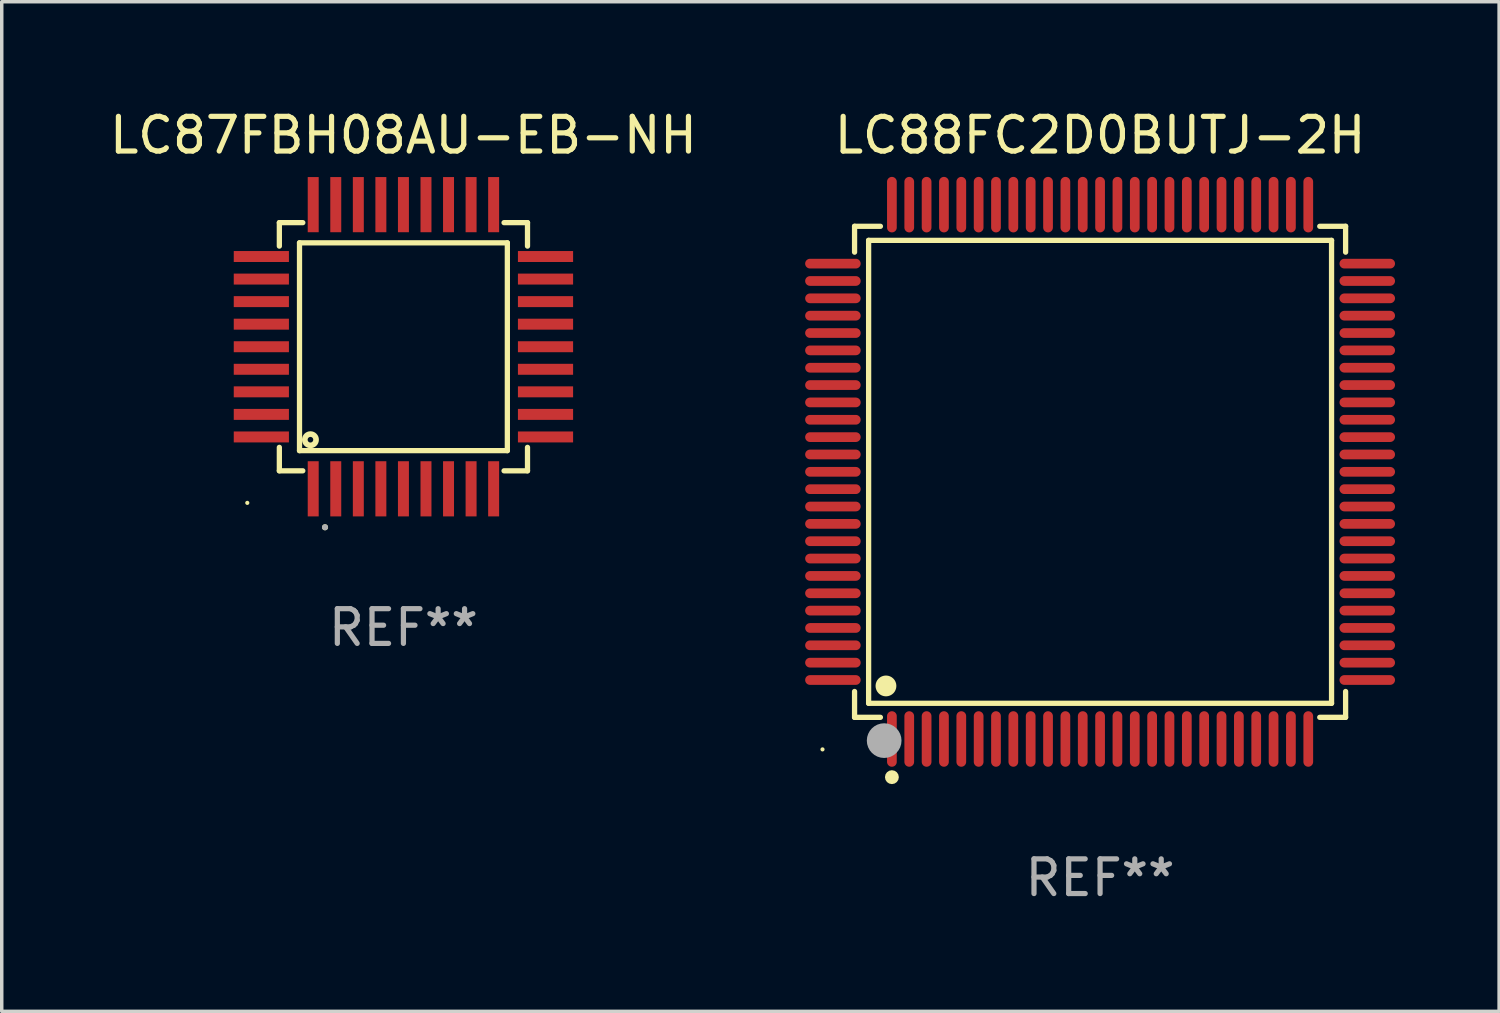
<source format=kicad_pcb>
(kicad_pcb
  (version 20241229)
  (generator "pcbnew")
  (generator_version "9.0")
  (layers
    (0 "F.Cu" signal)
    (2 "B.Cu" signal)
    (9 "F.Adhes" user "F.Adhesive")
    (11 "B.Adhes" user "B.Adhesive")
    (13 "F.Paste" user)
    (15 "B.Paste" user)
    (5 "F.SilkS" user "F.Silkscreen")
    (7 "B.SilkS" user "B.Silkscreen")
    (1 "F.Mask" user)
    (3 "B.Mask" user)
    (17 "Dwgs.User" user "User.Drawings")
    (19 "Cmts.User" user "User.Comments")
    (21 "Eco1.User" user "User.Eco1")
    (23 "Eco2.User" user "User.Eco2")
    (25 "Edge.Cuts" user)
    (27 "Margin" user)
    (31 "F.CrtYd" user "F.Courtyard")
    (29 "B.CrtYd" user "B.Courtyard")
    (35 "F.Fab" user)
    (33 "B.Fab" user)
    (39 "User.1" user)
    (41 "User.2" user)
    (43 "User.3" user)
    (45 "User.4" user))
  (footprint "LC87FBH08AU-EB-NH"
    (layer "F.Cu")
    (at 8.577 6.943)
    (property "Reference" "LC87FBH08AU-EB-NH" (at 0 -6.095 0) (layer "F.SilkS") (effects (font (size 1 1) (thickness 0.15))))
    (attr through_hole)
    (fp_line (start -3.576 -3.576) (end -3.576 -2.9) (stroke (width 0.152) (type solid)) (layer "F.SilkS"))
    (fp_line (start -3.576 3.576) (end -3.576 2.9) (stroke (width 0.152) (type solid)) (layer "F.SilkS"))
    (fp_line (start -2.995 -2.995) (end 2.995 -2.995) (stroke (width 0.152) (type solid)) (layer "F.SilkS"))
    (fp_line (start -2.995 2.995) (end -2.995 -2.995) (stroke (width 0.152) (type solid)) (layer "F.SilkS"))
    (fp_line (start -2.9 -3.576) (end -3.576 -3.576) (stroke (width 0.152) (type solid)) (layer "F.SilkS"))
    (fp_line (start -2.9 3.576) (end -3.576 3.576) (stroke (width 0.152) (type solid)) (layer "F.SilkS"))
    (fp_line (start 2.9 -3.576) (end 3.576 -3.576) (stroke (width 0.152) (type solid)) (layer "F.SilkS"))
    (fp_line (start 2.9 3.576) (end 3.576 3.576) (stroke (width 0.152) (type solid)) (layer "F.SilkS"))
    (fp_line (start 2.995 -2.995) (end 2.995 2.995) (stroke (width 0.152) (type solid)) (layer "F.SilkS"))
    (fp_line (start 2.995 2.995) (end -2.995 2.995) (stroke (width 0.152) (type solid)) (layer "F.SilkS"))
    (fp_line (start 3.576 -3.576) (end 3.576 -2.9) (stroke (width 0.152) (type solid)) (layer "F.SilkS"))
    (fp_line (start 3.576 3.576) (end 3.576 2.9) (stroke (width 0.152) (type solid)) (layer "F.SilkS"))
    (fp_circle (center -4.5 4.5) (end -4.47 4.5) (stroke (width 0.06) (type solid)) (fill no) (layer "F.SilkS"))
    (fp_circle (center -2.68 2.68) (end -2.599 2.68) (stroke (width 0.163) (type solid)) (fill no) (layer "F.SilkS"))
    (fp_circle (center -2.26 5.203) (end -2.216 5.203) (stroke (width 0.088) (type solid)) (fill no) (layer "F.SilkS"))
    (fp_circle (center -2.26 5.203) (end -2.216 5.203) (stroke (width 0.088) (type solid)) (fill no) (layer "F.Fab"))
    (fp_text user "REF**" (at 0 8.095 0) (layer "F.Fab") (effects (font (size 1 1) (thickness 0.15))))
    (pad "1" smd rect (at -2.6 4.095) (size 0.316 1.59) (layers "F.Cu" "F.Mask" "F.Paste"))
    (pad "2" smd rect (at -1.95 4.095) (size 0.316 1.59) (layers "F.Cu" "F.Mask" "F.Paste"))
    (pad "3" smd rect (at -1.3 4.095) (size 0.316 1.59) (layers "F.Cu" "F.Mask" "F.Paste"))
    (pad "4" smd rect (at -0.65 4.095) (size 0.316 1.59) (layers "F.Cu" "F.Mask" "F.Paste"))
    (pad "5" smd rect (at 0 4.095) (size 0.316 1.59) (layers "F.Cu" "F.Mask" "F.Paste"))
    (pad "6" smd rect (at 0.65 4.095) (size 0.316 1.59) (layers "F.Cu" "F.Mask" "F.Paste"))
    (pad "7" smd rect (at 1.3 4.095) (size 0.316 1.59) (layers "F.Cu" "F.Mask" "F.Paste"))
    (pad "8" smd rect (at 1.95 4.095) (size 0.316 1.59) (layers "F.Cu" "F.Mask" "F.Paste"))
    (pad "9" smd rect (at 2.6 4.095) (size 0.316 1.59) (layers "F.Cu" "F.Mask" "F.Paste"))
    (pad "10" smd rect (at 4.095 2.6) (size 1.59 0.316) (layers "F.Cu" "F.Mask" "F.Paste"))
    (pad "11" smd rect (at 4.095 1.95) (size 1.59 0.316) (layers "F.Cu" "F.Mask" "F.Paste"))
    (pad "12" smd rect (at 4.095 1.3) (size 1.59 0.316) (layers "F.Cu" "F.Mask" "F.Paste"))
    (pad "13" smd rect (at 4.095 0.65) (size 1.59 0.316) (layers "F.Cu" "F.Mask" "F.Paste"))
    (pad "14" smd rect (at 4.095 0) (size 1.59 0.316) (layers "F.Cu" "F.Mask" "F.Paste"))
    (pad "15" smd rect (at 4.095 -0.65) (size 1.59 0.316) (layers "F.Cu" "F.Mask" "F.Paste"))
    (pad "16" smd rect (at 4.095 -1.3) (size 1.59 0.316) (layers "F.Cu" "F.Mask" "F.Paste"))
    (pad "17" smd rect (at 4.095 -1.95) (size 1.59 0.316) (layers "F.Cu" "F.Mask" "F.Paste"))
    (pad "18" smd rect (at 4.095 -2.6) (size 1.59 0.316) (layers "F.Cu" "F.Mask" "F.Paste"))
    (pad "19" smd rect (at 2.6 -4.095) (size 0.316 1.59) (layers "F.Cu" "F.Mask" "F.Paste"))
    (pad "20" smd rect (at 1.95 -4.095) (size 0.316 1.59) (layers "F.Cu" "F.Mask" "F.Paste"))
    (pad "21" smd rect (at 1.3 -4.095) (size 0.316 1.59) (layers "F.Cu" "F.Mask" "F.Paste"))
    (pad "22" smd rect (at 0.65 -4.095) (size 0.316 1.59) (layers "F.Cu" "F.Mask" "F.Paste"))
    (pad "23" smd rect (at 0 -4.095) (size 0.316 1.59) (layers "F.Cu" "F.Mask" "F.Paste"))
    (pad "24" smd rect (at -0.65 -4.095) (size 0.316 1.59) (layers "F.Cu" "F.Mask" "F.Paste"))
    (pad "25" smd rect (at -1.3 -4.095) (size 0.316 1.59) (layers "F.Cu" "F.Mask" "F.Paste"))
    (pad "26" smd rect (at -1.95 -4.095) (size 0.316 1.59) (layers "F.Cu" "F.Mask" "F.Paste"))
    (pad "27" smd rect (at -2.6 -4.095) (size 0.316 1.59) (layers "F.Cu" "F.Mask" "F.Paste"))
    (pad "28" smd rect (at -4.095 -2.6) (size 1.59 0.316) (layers "F.Cu" "F.Mask" "F.Paste"))
    (pad "29" smd rect (at -4.095 -1.95) (size 1.59 0.316) (layers "F.Cu" "F.Mask" "F.Paste"))
    (pad "30" smd rect (at -4.095 -1.3) (size 1.59 0.316) (layers "F.Cu" "F.Mask" "F.Paste"))
    (pad "31" smd rect (at -4.095 -0.65) (size 1.59 0.316) (layers "F.Cu" "F.Mask" "F.Paste"))
    (pad "32" smd rect (at -4.095 0) (size 1.59 0.316) (layers "F.Cu" "F.Mask" "F.Paste"))
    (pad "33" smd rect (at -4.095 0.65) (size 1.59 0.316) (layers "F.Cu" "F.Mask" "F.Paste"))
    (pad "34" smd rect (at -4.095 1.3) (size 1.59 0.316) (layers "F.Cu" "F.Mask" "F.Paste"))
    (pad "35" smd rect (at -4.095 1.95) (size 1.59 0.316) (layers "F.Cu" "F.Mask" "F.Paste"))
    (pad "36" smd rect (at -4.095 2.6) (size 1.59 0.316) (layers "F.Cu" "F.Mask" "F.Paste")))
  (footprint "LC88FC2D0BUTJ-2H"
    (layer "F.Cu")
    (at 28.655 10.548)
    (property "Reference" "LC88FC2D0BUTJ-2H" (at 0 -9.7 0) (layer "F.SilkS") (effects (font (size 1 1) (thickness 0.15))))
    (attr through_hole)
    (fp_line (start -7.076 -7.076) (end -6.331 -7.076) (stroke (width 0.152) (type solid)) (layer "F.SilkS"))
    (fp_line (start -7.076 -6.331) (end -7.076 -7.076) (stroke (width 0.152) (type solid)) (layer "F.SilkS"))
    (fp_line (start -7.076 6.331) (end -7.076 7.076) (stroke (width 0.152) (type solid)) (layer "F.SilkS"))
    (fp_line (start -7.076 7.076) (end -6.331 7.076) (stroke (width 0.152) (type solid)) (layer "F.SilkS"))
    (fp_line (start -6.671 -6.671) (end 6.671 -6.671) (stroke (width 0.152) (type solid)) (layer "F.SilkS"))
    (fp_line (start -6.671 6.671) (end -6.671 -6.671) (stroke (width 0.152) (type solid)) (layer "F.SilkS"))
    (fp_line (start 6.671 -6.671) (end 6.671 6.671) (stroke (width 0.152) (type solid)) (layer "F.SilkS"))
    (fp_line (start 6.671 6.671) (end -6.671 6.671) (stroke (width 0.152) (type solid)) (layer "F.SilkS"))
    (fp_line (start 7.076 -7.076) (end 6.331 -7.076) (stroke (width 0.152) (type solid)) (layer "F.SilkS"))
    (fp_line (start 7.076 -6.331) (end 7.076 -7.076) (stroke (width 0.152) (type solid)) (layer "F.SilkS"))
    (fp_line (start 7.076 6.331) (end 7.076 7.076) (stroke (width 0.152) (type solid)) (layer "F.SilkS"))
    (fp_line (start 7.076 7.076) (end 6.331 7.076) (stroke (width 0.152) (type solid)) (layer "F.SilkS"))
    (fp_circle (center -8 8) (end -7.97 8) (stroke (width 0.06) (type solid)) (fill no) (layer "F.SilkS"))
    (fp_circle (center -6.171 6.171) (end -6.021 6.171) (stroke (width 0.3) (type solid)) (fill no) (layer "F.SilkS"))
    (fp_circle (center -6 8.8) (end -5.9 8.8) (stroke (width 0.2) (type solid)) (fill no) (layer "F.SilkS"))
    (fp_circle (center -6.223 7.747) (end -5.973 7.747) (stroke (width 0.5) (type solid)) (fill no) (layer "F.Fab"))
    (fp_text user "REF**" (at 0 11.7 0) (layer "F.Fab") (effects (font (size 1 1) (thickness 0.15))))
    (pad "1" smd oval (at -6 7.7) (size 0.28 1.6) (layers "F.Cu" "F.Mask" "F.Paste"))
    (pad "2" smd oval (at -5.5 7.7) (size 0.28 1.6) (layers "F.Cu" "F.Mask" "F.Paste"))
    (pad "3" smd oval (at -5 7.7) (size 0.28 1.6) (layers "F.Cu" "F.Mask" "F.Paste"))
    (pad "4" smd oval (at -4.5 7.7) (size 0.28 1.6) (layers "F.Cu" "F.Mask" "F.Paste"))
    (pad "5" smd oval (at -4 7.7) (size 0.28 1.6) (layers "F.Cu" "F.Mask" "F.Paste"))
    (pad "6" smd oval (at -3.5 7.7) (size 0.28 1.6) (layers "F.Cu" "F.Mask" "F.Paste"))
    (pad "7" smd oval (at -3 7.7) (size 0.28 1.6) (layers "F.Cu" "F.Mask" "F.Paste"))
    (pad "8" smd oval (at -2.5 7.7) (size 0.28 1.6) (layers "F.Cu" "F.Mask" "F.Paste"))
    (pad "9" smd oval (at -2 7.7) (size 0.28 1.6) (layers "F.Cu" "F.Mask" "F.Paste"))
    (pad "10" smd oval (at -1.5 7.7) (size 0.28 1.6) (layers "F.Cu" "F.Mask" "F.Paste"))
    (pad "11" smd oval (at -1 7.7) (size 0.28 1.6) (layers "F.Cu" "F.Mask" "F.Paste"))
    (pad "12" smd oval (at -0.5 7.7) (size 0.28 1.6) (layers "F.Cu" "F.Mask" "F.Paste"))
    (pad "13" smd oval (at 0 7.7) (size 0.28 1.6) (layers "F.Cu" "F.Mask" "F.Paste"))
    (pad "14" smd oval (at 0.5 7.7) (size 0.28 1.6) (layers "F.Cu" "F.Mask" "F.Paste"))
    (pad "15" smd oval (at 1 7.7) (size 0.28 1.6) (layers "F.Cu" "F.Mask" "F.Paste"))
    (pad "16" smd oval (at 1.5 7.7) (size 0.28 1.6) (layers "F.Cu" "F.Mask" "F.Paste"))
    (pad "17" smd oval (at 2 7.7) (size 0.28 1.6) (layers "F.Cu" "F.Mask" "F.Paste"))
    (pad "18" smd oval (at 2.5 7.7) (size 0.28 1.6) (layers "F.Cu" "F.Mask" "F.Paste"))
    (pad "19" smd oval (at 3 7.7) (size 0.28 1.6) (layers "F.Cu" "F.Mask" "F.Paste"))
    (pad "20" smd oval (at 3.5 7.7) (size 0.28 1.6) (layers "F.Cu" "F.Mask" "F.Paste"))
    (pad "21" smd oval (at 4 7.7) (size 0.28 1.6) (layers "F.Cu" "F.Mask" "F.Paste"))
    (pad "22" smd oval (at 4.5 7.7) (size 0.28 1.6) (layers "F.Cu" "F.Mask" "F.Paste"))
    (pad "23" smd oval (at 5 7.7) (size 0.28 1.6) (layers "F.Cu" "F.Mask" "F.Paste"))
    (pad "24" smd oval (at 5.5 7.7) (size 0.28 1.6) (layers "F.Cu" "F.Mask" "F.Paste"))
    (pad "25" smd oval (at 6 7.7) (size 0.28 1.6) (layers "F.Cu" "F.Mask" "F.Paste"))
    (pad "26" smd oval (at 7.7 6) (size 1.6 0.28) (layers "F.Cu" "F.Mask" "F.Paste"))
    (pad "27" smd oval (at 7.7 5.5) (size 1.6 0.28) (layers "F.Cu" "F.Mask" "F.Paste"))
    (pad "28" smd oval (at 7.7 5) (size 1.6 0.28) (layers "F.Cu" "F.Mask" "F.Paste"))
    (pad "29" smd oval (at 7.7 4.5) (size 1.6 0.28) (layers "F.Cu" "F.Mask" "F.Paste"))
    (pad "30" smd oval (at 7.7 4) (size 1.6 0.28) (layers "F.Cu" "F.Mask" "F.Paste"))
    (pad "31" smd oval (at 7.7 3.5) (size 1.6 0.28) (layers "F.Cu" "F.Mask" "F.Paste"))
    (pad "32" smd oval (at 7.7 3) (size 1.6 0.28) (layers "F.Cu" "F.Mask" "F.Paste"))
    (pad "33" smd oval (at 7.7 2.5) (size 1.6 0.28) (layers "F.Cu" "F.Mask" "F.Paste"))
    (pad "34" smd oval (at 7.7 2) (size 1.6 0.28) (layers "F.Cu" "F.Mask" "F.Paste"))
    (pad "35" smd oval (at 7.7 1.5) (size 1.6 0.28) (layers "F.Cu" "F.Mask" "F.Paste"))
    (pad "36" smd oval (at 7.7 1) (size 1.6 0.28) (layers "F.Cu" "F.Mask" "F.Paste"))
    (pad "37" smd oval (at 7.7 0.5) (size 1.6 0.28) (layers "F.Cu" "F.Mask" "F.Paste"))
    (pad "38" smd oval (at 7.7 0) (size 1.6 0.28) (layers "F.Cu" "F.Mask" "F.Paste"))
    (pad "39" smd oval (at 7.7 -0.5) (size 1.6 0.28) (layers "F.Cu" "F.Mask" "F.Paste"))
    (pad "40" smd oval (at 7.7 -1) (size 1.6 0.28) (layers "F.Cu" "F.Mask" "F.Paste"))
    (pad "41" smd oval (at 7.7 -1.5) (size 1.6 0.28) (layers "F.Cu" "F.Mask" "F.Paste"))
    (pad "42" smd oval (at 7.7 -2) (size 1.6 0.28) (layers "F.Cu" "F.Mask" "F.Paste"))
    (pad "43" smd oval (at 7.7 -2.5) (size 1.6 0.28) (layers "F.Cu" "F.Mask" "F.Paste"))
    (pad "44" smd oval (at 7.7 -3) (size 1.6 0.28) (layers "F.Cu" "F.Mask" "F.Paste"))
    (pad "45" smd oval (at 7.7 -3.5) (size 1.6 0.28) (layers "F.Cu" "F.Mask" "F.Paste"))
    (pad "46" smd oval (at 7.7 -4) (size 1.6 0.28) (layers "F.Cu" "F.Mask" "F.Paste"))
    (pad "47" smd oval (at 7.7 -4.5) (size 1.6 0.28) (layers "F.Cu" "F.Mask" "F.Paste"))
    (pad "48" smd oval (at 7.7 -5) (size 1.6 0.28) (layers "F.Cu" "F.Mask" "F.Paste"))
    (pad "49" smd oval (at 7.7 -5.5) (size 1.6 0.28) (layers "F.Cu" "F.Mask" "F.Paste"))
    (pad "50" smd oval (at 7.7 -6) (size 1.6 0.28) (layers "F.Cu" "F.Mask" "F.Paste"))
    (pad "51" smd oval (at 6 -7.7) (size 0.28 1.6) (layers "F.Cu" "F.Mask" "F.Paste"))
    (pad "52" smd oval (at 5.5 -7.7) (size 0.28 1.6) (layers "F.Cu" "F.Mask" "F.Paste"))
    (pad "53" smd oval (at 5 -7.7) (size 0.28 1.6) (layers "F.Cu" "F.Mask" "F.Paste"))
    (pad "54" smd oval (at 4.5 -7.7) (size 0.28 1.6) (layers "F.Cu" "F.Mask" "F.Paste"))
    (pad "55" smd oval (at 4 -7.7) (size 0.28 1.6) (layers "F.Cu" "F.Mask" "F.Paste"))
    (pad "56" smd oval (at 3.5 -7.7) (size 0.28 1.6) (layers "F.Cu" "F.Mask" "F.Paste"))
    (pad "57" smd oval (at 3 -7.7) (size 0.28 1.6) (layers "F.Cu" "F.Mask" "F.Paste"))
    (pad "58" smd oval (at 2.5 -7.7) (size 0.28 1.6) (layers "F.Cu" "F.Mask" "F.Paste"))
    (pad "59" smd oval (at 2 -7.7) (size 0.28 1.6) (layers "F.Cu" "F.Mask" "F.Paste"))
    (pad "60" smd oval (at 1.5 -7.7) (size 0.28 1.6) (layers "F.Cu" "F.Mask" "F.Paste"))
    (pad "61" smd oval (at 1 -7.7) (size 0.28 1.6) (layers "F.Cu" "F.Mask" "F.Paste"))
    (pad "62" smd oval (at 0.5 -7.7) (size 0.28 1.6) (layers "F.Cu" "F.Mask" "F.Paste"))
    (pad "63" smd oval (at 0 -7.7) (size 0.28 1.6) (layers "F.Cu" "F.Mask" "F.Paste"))
    (pad "64" smd oval (at -0.5 -7.7) (size 0.28 1.6) (layers "F.Cu" "F.Mask" "F.Paste"))
    (pad "65" smd oval (at -1 -7.7) (size 0.28 1.6) (layers "F.Cu" "F.Mask" "F.Paste"))
    (pad "66" smd oval (at -1.5 -7.7) (size 0.28 1.6) (layers "F.Cu" "F.Mask" "F.Paste"))
    (pad "67" smd oval (at -2 -7.7) (size 0.28 1.6) (layers "F.Cu" "F.Mask" "F.Paste"))
    (pad "68" smd oval (at -2.5 -7.7) (size 0.28 1.6) (layers "F.Cu" "F.Mask" "F.Paste"))
    (pad "69" smd oval (at -3 -7.7) (size 0.28 1.6) (layers "F.Cu" "F.Mask" "F.Paste"))
    (pad "70" smd oval (at -3.5 -7.7) (size 0.28 1.6) (layers "F.Cu" "F.Mask" "F.Paste"))
    (pad "71" smd oval (at -4 -7.7) (size 0.28 1.6) (layers "F.Cu" "F.Mask" "F.Paste"))
    (pad "72" smd oval (at -4.5 -7.7) (size 0.28 1.6) (layers "F.Cu" "F.Mask" "F.Paste"))
    (pad "73" smd oval (at -5 -7.7) (size 0.28 1.6) (layers "F.Cu" "F.Mask" "F.Paste"))
    (pad "74" smd oval (at -5.5 -7.7) (size 0.28 1.6) (layers "F.Cu" "F.Mask" "F.Paste"))
    (pad "75" smd oval (at -6 -7.7) (size 0.28 1.6) (layers "F.Cu" "F.Mask" "F.Paste"))
    (pad "76" smd oval (at -7.7 -6) (size 1.6 0.28) (layers "F.Cu" "F.Mask" "F.Paste"))
    (pad "77" smd oval (at -7.7 -5.5) (size 1.6 0.28) (layers "F.Cu" "F.Mask" "F.Paste"))
    (pad "78" smd oval (at -7.7 -5) (size 1.6 0.28) (layers "F.Cu" "F.Mask" "F.Paste"))
    (pad "79" smd oval (at -7.7 -4.5) (size 1.6 0.28) (layers "F.Cu" "F.Mask" "F.Paste"))
    (pad "80" smd oval (at -7.7 -4) (size 1.6 0.28) (layers "F.Cu" "F.Mask" "F.Paste"))
    (pad "81" smd oval (at -7.7 -3.5) (size 1.6 0.28) (layers "F.Cu" "F.Mask" "F.Paste"))
    (pad "82" smd oval (at -7.7 -3) (size 1.6 0.28) (layers "F.Cu" "F.Mask" "F.Paste"))
    (pad "83" smd oval (at -7.7 -2.5) (size 1.6 0.28) (layers "F.Cu" "F.Mask" "F.Paste"))
    (pad "84" smd oval (at -7.7 -2) (size 1.6 0.28) (layers "F.Cu" "F.Mask" "F.Paste"))
    (pad "85" smd oval (at -7.7 -1.5) (size 1.6 0.28) (layers "F.Cu" "F.Mask" "F.Paste"))
    (pad "86" smd oval (at -7.7 -1) (size 1.6 0.28) (layers "F.Cu" "F.Mask" "F.Paste"))
    (pad "87" smd oval (at -7.7 -0.5) (size 1.6 0.28) (layers "F.Cu" "F.Mask" "F.Paste"))
    (pad "88" smd oval (at -7.7 0) (size 1.6 0.28) (layers "F.Cu" "F.Mask" "F.Paste"))
    (pad "89" smd oval (at -7.7 0.5) (size 1.6 0.28) (layers "F.Cu" "F.Mask" "F.Paste"))
    (pad "90" smd oval (at -7.7 1) (size 1.6 0.28) (layers "F.Cu" "F.Mask" "F.Paste"))
    (pad "91" smd oval (at -7.7 1.5) (size 1.6 0.28) (layers "F.Cu" "F.Mask" "F.Paste"))
    (pad "92" smd oval (at -7.7 2) (size 1.6 0.28) (layers "F.Cu" "F.Mask" "F.Paste"))
    (pad "93" smd oval (at -7.7 2.5) (size 1.6 0.28) (layers "F.Cu" "F.Mask" "F.Paste"))
    (pad "94" smd oval (at -7.7 3) (size 1.6 0.28) (layers "F.Cu" "F.Mask" "F.Paste"))
    (pad "95" smd oval (at -7.7 3.5) (size 1.6 0.28) (layers "F.Cu" "F.Mask" "F.Paste"))
    (pad "96" smd oval (at -7.7 4) (size 1.6 0.28) (layers "F.Cu" "F.Mask" "F.Paste"))
    (pad "97" smd oval (at -7.7 4.5) (size 1.6 0.28) (layers "F.Cu" "F.Mask" "F.Paste"))
    (pad "98" smd oval (at -7.7 5) (size 1.6 0.28) (layers "F.Cu" "F.Mask" "F.Paste"))
    (pad "99" smd oval (at -7.7 5.5) (size 1.6 0.28) (layers "F.Cu" "F.Mask" "F.Paste"))
    (pad "100" smd oval (at -7.7 6) (size 1.6 0.28) (layers "F.Cu" "F.Mask" "F.Paste")))
  (gr_rect
    (start -3 -3)
    (end 40.155 26.097)
    (stroke (width 0.1) (type default))
    (fill no)
    (layer "Edge.Cuts")))
</source>
